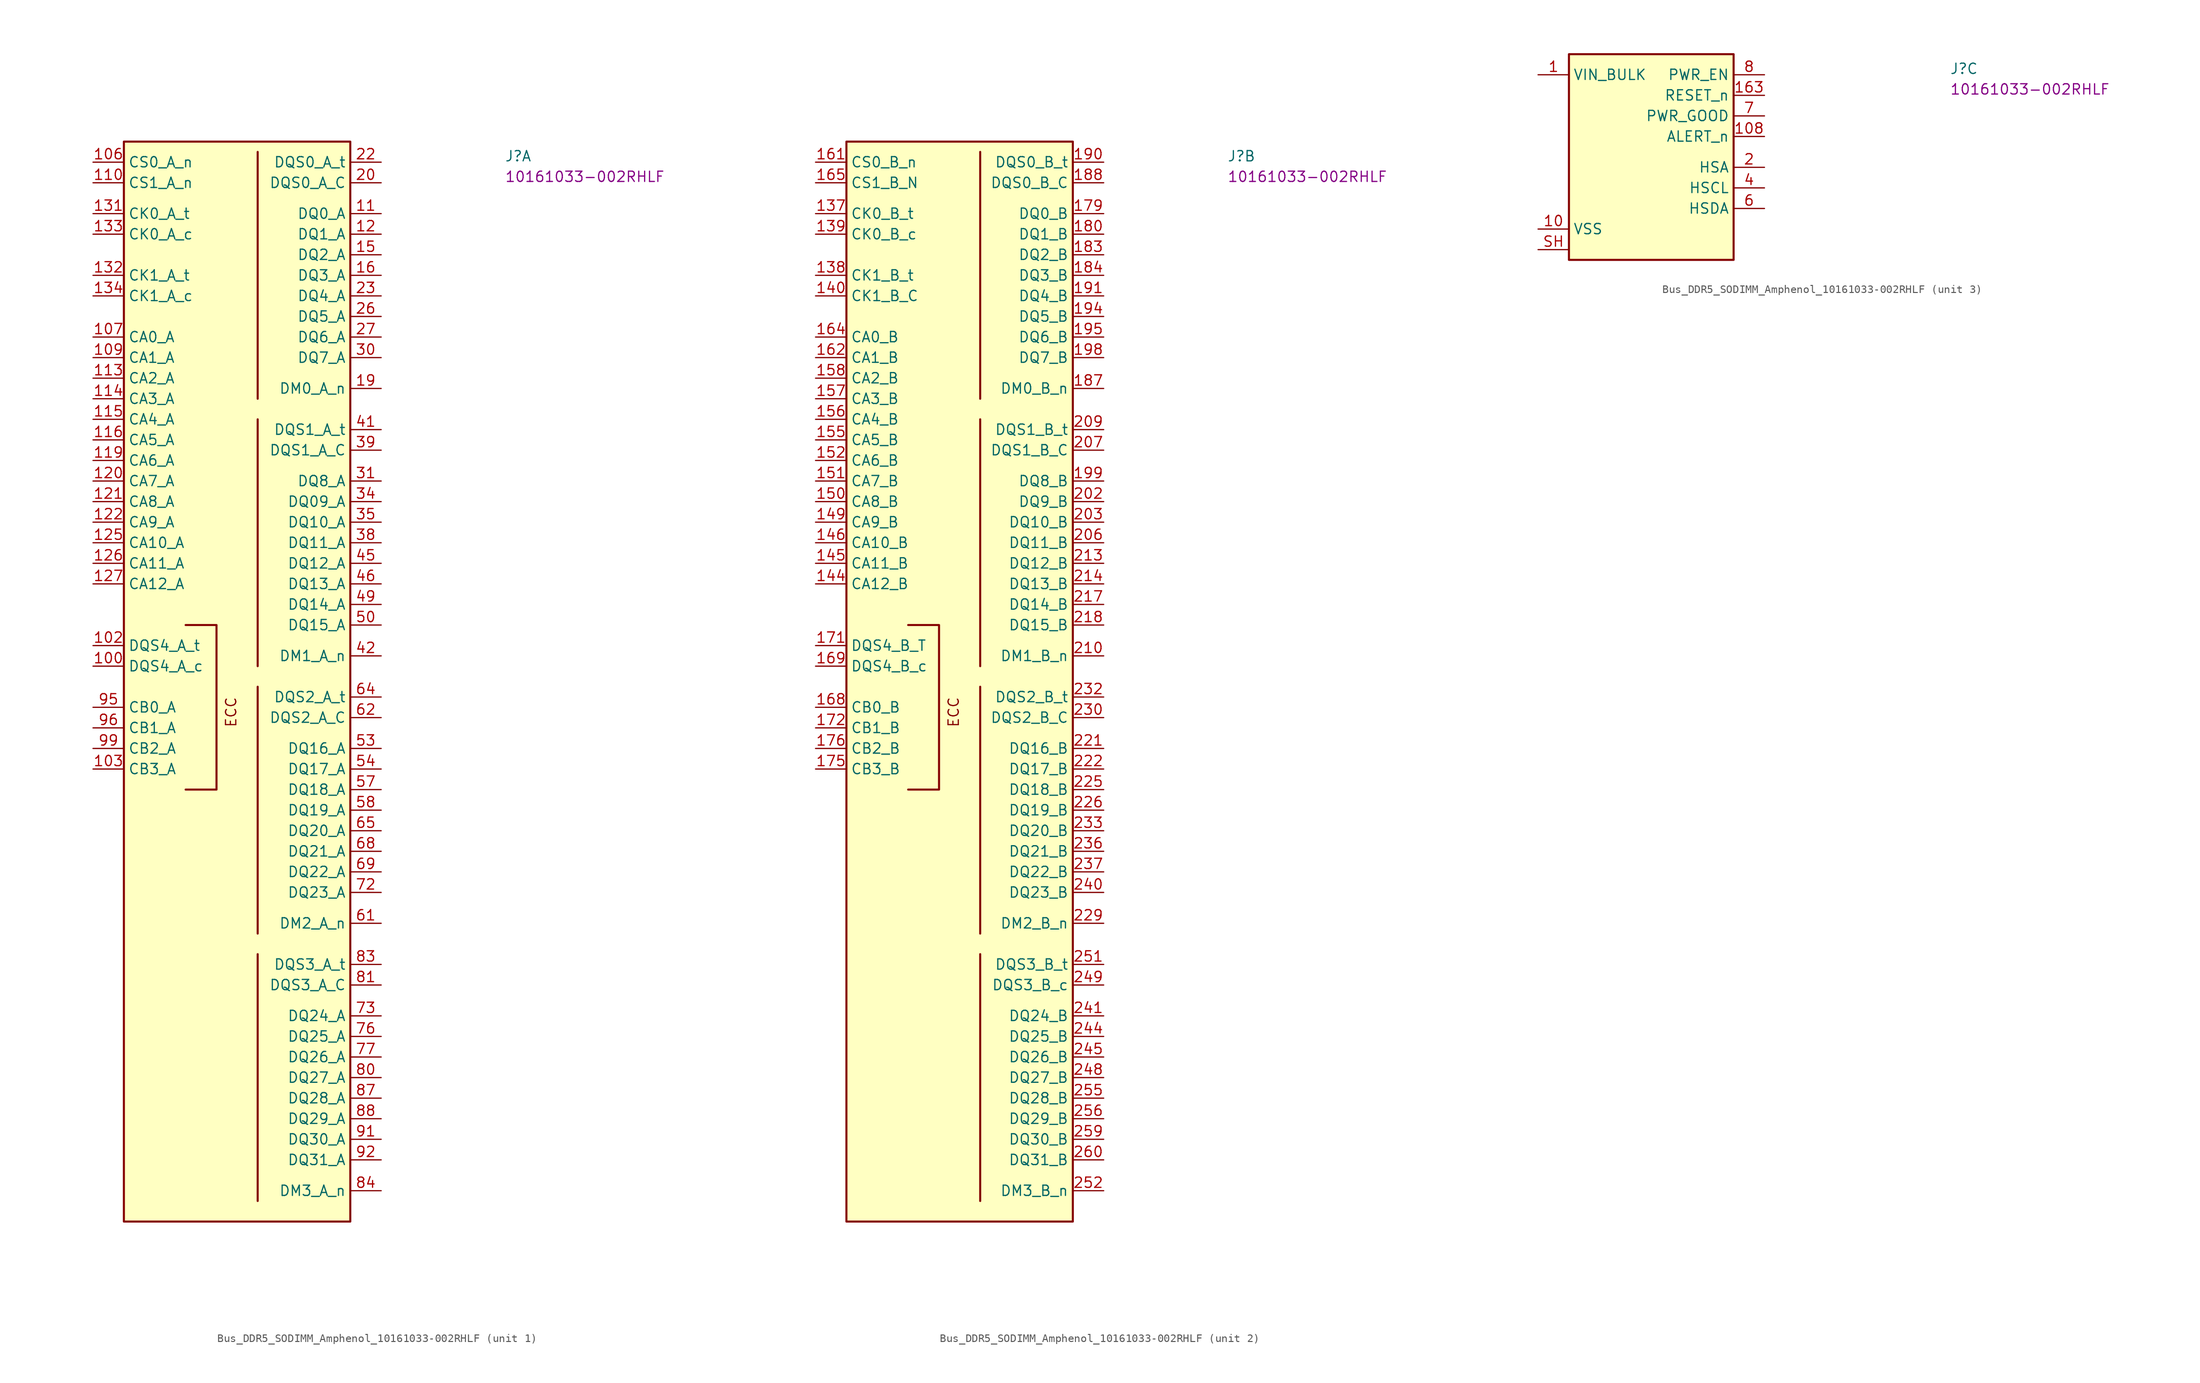
<source format=kicad_sym>
(kicad_symbol_lib
  (version 20220914)
  (generator kicad_symbol_editor)
  (symbol "Bus_DDR5_SODIMM_Amphenol_10161033-002RHLF"
    (property "Reference" "J"
      (at 50.8 0 0)
      (effects (font (size 1.27 1.27) (thickness 0.15)) (justify left bottom)))
    (property "MPN" "10161033-002RHLF"
      (at 50.8 -2.54 0)
      (effects (font (size 1.27 1.27) (thickness 0.15)) (justify left bottom)))
    (property "ki_locked" ""
      (at 0 0 0)
      (effects (font (size 1.27 1.27))))
    (symbol "Bus_DDR5_SODIMM_Amphenol_10161033-002RHLF_1_1"
      (polyline (pts (xy 20.32 -97.79) (xy 20.32 -128.27)) (stroke (width 0.254) (type default)) (fill (type background)))
      (polyline (pts (xy 20.32 -64.77) (xy 20.32 -95.25)) (stroke (width 0.254) (type default)) (fill (type background)))
      (polyline (pts (xy 20.32 -31.75) (xy 20.32 -62.23)) (stroke (width 0.254) (type default)) (fill (type background)))
      (polyline (pts (xy 20.32 1.27) (xy 20.32 -29.21)) (stroke (width 0.254) (type default)) (fill (type background)))
      (polyline (pts (xy 11.43 -57.15) (xy 15.24 -57.15) (xy 15.24 -77.47) (xy 11.43 -77.47)) (stroke (width 0.254) (type default)) (fill (type background)))
      (rectangle (start 3.81 2.54) (end 31.75 -130.81) (stroke (width 0.254) (type default)) (fill (type background)))
      (text "ECC" (at 17.78 -69.85 900) (effects (font (size 1.27 1.27) (thickness 0.15)) (justify left bottom)))
      (pin passive line (at 0 -62.23 0) (length 3.81) (name "DQS4_A_c" (effects (font (size 1.27 1.27)))) (number "100" (effects (font (size 1.27 1.27)))))
      (pin passive line (at 0 -59.69 0) (length 3.81) (name "DQS4_A_t" (effects (font (size 1.27 1.27)))) (number "102" (effects (font (size 1.27 1.27)))))
      (pin passive line (at 0 -74.93 0) (length 3.81) (name "CB3_A" (effects (font (size 1.27 1.27)))) (number "103" (effects (font (size 1.27 1.27)))))
      (pin passive line (at 0 0 0) (length 3.81) (name "CS0_A_n" (effects (font (size 1.27 1.27)))) (number "106" (effects (font (size 1.27 1.27)))))
      (pin passive line (at 0 -21.59 0) (length 3.81) (name "CA0_A" (effects (font (size 1.27 1.27)))) (number "107" (effects (font (size 1.27 1.27)))))
      (pin passive line (at 0 -24.13 0) (length 3.81) (name "CA1_A" (effects (font (size 1.27 1.27)))) (number "109" (effects (font (size 1.27 1.27)))))
      (pin passive line (at 35.56 -6.35 180) (length 3.81) (name "DQ0_A" (effects (font (size 1.27 1.27)))) (number "11" (effects (font (size 1.27 1.27)))))
      (pin passive line (at 0 -2.54 0) (length 3.81) (name "CS1_A_n" (effects (font (size 1.27 1.27)))) (number "110" (effects (font (size 1.27 1.27)))))
      (pin passive line (at 0 -26.67 0) (length 3.81) (name "CA2_A" (effects (font (size 1.27 1.27)))) (number "113" (effects (font (size 1.27 1.27)))))
      (pin passive line (at 0 -29.21 0) (length 3.81) (name "CA3_A" (effects (font (size 1.27 1.27)))) (number "114" (effects (font (size 1.27 1.27)))))
      (pin passive line (at 0 -31.75 0) (length 3.81) (name "CA4_A" (effects (font (size 1.27 1.27)))) (number "115" (effects (font (size 1.27 1.27)))))
      (pin passive line (at 0 -34.29 0) (length 3.81) (name "CA5_A" (effects (font (size 1.27 1.27)))) (number "116" (effects (font (size 1.27 1.27)))))
      (pin passive line (at 0 -36.83 0) (length 3.81) (name "CA6_A" (effects (font (size 1.27 1.27)))) (number "119" (effects (font (size 1.27 1.27)))))
      (pin passive line (at 35.56 -8.89 180) (length 3.81) (name "DQ1_A" (effects (font (size 1.27 1.27)))) (number "12" (effects (font (size 1.27 1.27)))))
      (pin passive line (at 0 -39.37 0) (length 3.81) (name "CA7_A" (effects (font (size 1.27 1.27)))) (number "120" (effects (font (size 1.27 1.27)))))
      (pin passive line (at 0 -41.91 0) (length 3.81) (name "CA8_A" (effects (font (size 1.27 1.27)))) (number "121" (effects (font (size 1.27 1.27)))))
      (pin passive line (at 0 -44.45 0) (length 3.81) (name "CA9_A" (effects (font (size 1.27 1.27)))) (number "122" (effects (font (size 1.27 1.27)))))
      (pin passive line (at 0 -46.99 0) (length 3.81) (name "CA10_A" (effects (font (size 1.27 1.27)))) (number "125" (effects (font (size 1.27 1.27)))))
      (pin passive line (at 0 -49.53 0) (length 3.81) (name "CA11_A" (effects (font (size 1.27 1.27)))) (number "126" (effects (font (size 1.27 1.27)))))
      (pin passive line (at 0 -52.07 0) (length 3.81) (name "CA12_A" (effects (font (size 1.27 1.27)))) (number "127" (effects (font (size 1.27 1.27)))))
      (pin passive line (at 0 -6.35 0) (length 3.81) (name "CK0_A_t" (effects (font (size 1.27 1.27)))) (number "131" (effects (font (size 1.27 1.27)))))
      (pin passive line (at 0 -13.97 0) (length 3.81) (name "CK1_A_t" (effects (font (size 1.27 1.27)))) (number "132" (effects (font (size 1.27 1.27)))))
      (pin passive line (at 0 -8.89 0) (length 3.81) (name "CK0_A_c" (effects (font (size 1.27 1.27)))) (number "133" (effects (font (size 1.27 1.27)))))
      (pin passive line (at 0 -16.51 0) (length 3.81) (name "CK1_A_c" (effects (font (size 1.27 1.27)))) (number "134" (effects (font (size 1.27 1.27)))))
      (pin passive line (at 35.56 -11.43 180) (length 3.81) (name "DQ2_A" (effects (font (size 1.27 1.27)))) (number "15" (effects (font (size 1.27 1.27)))))
      (pin passive line (at 35.56 -13.97 180) (length 3.81) (name "DQ3_A" (effects (font (size 1.27 1.27)))) (number "16" (effects (font (size 1.27 1.27)))))
      (pin passive line (at 35.56 -27.94 180) (length 3.81) (name "DM0_A_n" (effects (font (size 1.27 1.27)))) (number "19" (effects (font (size 1.27 1.27)))))
      (pin passive line (at 35.56 -2.54 180) (length 3.81) (name "DQS0_A_C" (effects (font (size 1.27 1.27)))) (number "20" (effects (font (size 1.27 1.27)))))
      (pin passive line (at 35.56 0 180) (length 3.81) (name "DQS0_A_t" (effects (font (size 1.27 1.27)))) (number "22" (effects (font (size 1.27 1.27)))))
      (pin passive line (at 35.56 -16.51 180) (length 3.81) (name "DQ4_A" (effects (font (size 1.27 1.27)))) (number "23" (effects (font (size 1.27 1.27)))))
      (pin passive line (at 35.56 -19.05 180) (length 3.81) (name "DQ5_A" (effects (font (size 1.27 1.27)))) (number "26" (effects (font (size 1.27 1.27)))))
      (pin passive line (at 35.56 -21.59 180) (length 3.81) (name "DQ6_A" (effects (font (size 1.27 1.27)))) (number "27" (effects (font (size 1.27 1.27)))))
      (pin passive line (at 35.56 -24.13 180) (length 3.81) (name "DQ7_A" (effects (font (size 1.27 1.27)))) (number "30" (effects (font (size 1.27 1.27)))))
      (pin passive line (at 35.56 -39.37 180) (length 3.81) (name "DQ8_A" (effects (font (size 1.27 1.27)))) (number "31" (effects (font (size 1.27 1.27)))))
      (pin passive line (at 35.56 -41.91 180) (length 3.81) (name "DQ09_A" (effects (font (size 1.27 1.27)))) (number "34" (effects (font (size 1.27 1.27)))))
      (pin passive line (at 35.56 -44.45 180) (length 3.81) (name "DQ10_A" (effects (font (size 1.27 1.27)))) (number "35" (effects (font (size 1.27 1.27)))))
      (pin passive line (at 35.56 -46.99 180) (length 3.81) (name "DQ11_A" (effects (font (size 1.27 1.27)))) (number "38" (effects (font (size 1.27 1.27)))))
      (pin passive line (at 35.56 -35.56 180) (length 3.81) (name "DQS1_A_C" (effects (font (size 1.27 1.27)))) (number "39" (effects (font (size 1.27 1.27)))))
      (pin passive line (at 35.56 -33.02 180) (length 3.81) (name "DQS1_A_t" (effects (font (size 1.27 1.27)))) (number "41" (effects (font (size 1.27 1.27)))))
      (pin passive line (at 35.56 -60.96 180) (length 3.81) (name "DM1_A_n" (effects (font (size 1.27 1.27)))) (number "42" (effects (font (size 1.27 1.27)))))
      (pin passive line (at 35.56 -49.53 180) (length 3.81) (name "DQ12_A" (effects (font (size 1.27 1.27)))) (number "45" (effects (font (size 1.27 1.27)))))
      (pin passive line (at 35.56 -52.07 180) (length 3.81) (name "DQ13_A" (effects (font (size 1.27 1.27)))) (number "46" (effects (font (size 1.27 1.27)))))
      (pin passive line (at 35.56 -54.61 180) (length 3.81) (name "DQ14_A" (effects (font (size 1.27 1.27)))) (number "49" (effects (font (size 1.27 1.27)))))
      (pin passive line (at 35.56 -57.15 180) (length 3.81) (name "DQ15_A" (effects (font (size 1.27 1.27)))) (number "50" (effects (font (size 1.27 1.27)))))
      (pin passive line (at 35.56 -72.39 180) (length 3.81) (name "DQ16_A" (effects (font (size 1.27 1.27)))) (number "53" (effects (font (size 1.27 1.27)))))
      (pin passive line (at 35.56 -74.93 180) (length 3.81) (name "DQ17_A" (effects (font (size 1.27 1.27)))) (number "54" (effects (font (size 1.27 1.27)))))
      (pin passive line (at 35.56 -77.47 180) (length 3.81) (name "DQ18_A" (effects (font (size 1.27 1.27)))) (number "57" (effects (font (size 1.27 1.27)))))
      (pin passive line (at 35.56 -80.01 180) (length 3.81) (name "DQ19_A" (effects (font (size 1.27 1.27)))) (number "58" (effects (font (size 1.27 1.27)))))
      (pin passive line (at 35.56 -93.98 180) (length 3.81) (name "DM2_A_n" (effects (font (size 1.27 1.27)))) (number "61" (effects (font (size 1.27 1.27)))))
      (pin passive line (at 35.56 -68.58 180) (length 3.81) (name "DQS2_A_C" (effects (font (size 1.27 1.27)))) (number "62" (effects (font (size 1.27 1.27)))))
      (pin passive line (at 35.56 -66.04 180) (length 3.81) (name "DQS2_A_t" (effects (font (size 1.27 1.27)))) (number "64" (effects (font (size 1.27 1.27)))))
      (pin passive line (at 35.56 -82.55 180) (length 3.81) (name "DQ20_A" (effects (font (size 1.27 1.27)))) (number "65" (effects (font (size 1.27 1.27)))))
      (pin passive line (at 35.56 -85.09 180) (length 3.81) (name "DQ21_A" (effects (font (size 1.27 1.27)))) (number "68" (effects (font (size 1.27 1.27)))))
      (pin passive line (at 35.56 -87.63 180) (length 3.81) (name "DQ22_A" (effects (font (size 1.27 1.27)))) (number "69" (effects (font (size 1.27 1.27)))))
      (pin passive line (at 35.56 -90.17 180) (length 3.81) (name "DQ23_A" (effects (font (size 1.27 1.27)))) (number "72" (effects (font (size 1.27 1.27)))))
      (pin passive line (at 35.56 -105.41 180) (length 3.81) (name "DQ24_A" (effects (font (size 1.27 1.27)))) (number "73" (effects (font (size 1.27 1.27)))))
      (pin passive line (at 35.56 -107.95 180) (length 3.81) (name "DQ25_A" (effects (font (size 1.27 1.27)))) (number "76" (effects (font (size 1.27 1.27)))))
      (pin passive line (at 35.56 -110.49 180) (length 3.81) (name "DQ26_A" (effects (font (size 1.27 1.27)))) (number "77" (effects (font (size 1.27 1.27)))))
      (pin passive line (at 35.56 -113.03 180) (length 3.81) (name "DQ27_A" (effects (font (size 1.27 1.27)))) (number "80" (effects (font (size 1.27 1.27)))))
      (pin passive line (at 35.56 -101.6 180) (length 3.81) (name "DQS3_A_C" (effects (font (size 1.27 1.27)))) (number "81" (effects (font (size 1.27 1.27)))))
      (pin passive line (at 35.56 -99.06 180) (length 3.81) (name "DQS3_A_t" (effects (font (size 1.27 1.27)))) (number "83" (effects (font (size 1.27 1.27)))))
      (pin passive line (at 35.56 -127 180) (length 3.81) (name "DM3_A_n" (effects (font (size 1.27 1.27)))) (number "84" (effects (font (size 1.27 1.27)))))
      (pin passive line (at 35.56 -115.57 180) (length 3.81) (name "DQ28_A" (effects (font (size 1.27 1.27)))) (number "87" (effects (font (size 1.27 1.27)))))
      (pin passive line (at 35.56 -118.11 180) (length 3.81) (name "DQ29_A" (effects (font (size 1.27 1.27)))) (number "88" (effects (font (size 1.27 1.27)))))
      (pin passive line (at 35.56 -120.65 180) (length 3.81) (name "DQ30_A" (effects (font (size 1.27 1.27)))) (number "91" (effects (font (size 1.27 1.27)))))
      (pin passive line (at 35.56 -123.19 180) (length 3.81) (name "DQ31_A" (effects (font (size 1.27 1.27)))) (number "92" (effects (font (size 1.27 1.27)))))
      (pin passive line (at 0 -67.31 0) (length 3.81) (name "CB0_A" (effects (font (size 1.27 1.27)))) (number "95" (effects (font (size 1.27 1.27)))))
      (pin passive line (at 0 -69.85 0) (length 3.81) (name "CB1_A" (effects (font (size 1.27 1.27)))) (number "96" (effects (font (size 1.27 1.27)))))
      (pin passive line (at 0 -72.39 0) (length 3.81) (name "CB2_A" (effects (font (size 1.27 1.27)))) (number "99" (effects (font (size 1.27 1.27))))))
    (symbol "Bus_DDR5_SODIMM_Amphenol_10161033-002RHLF_2_1"
      (polyline (pts (xy 20.32 -97.79) (xy 20.32 -128.27)) (stroke (width 0.254) (type default)) (fill (type background)))
      (polyline (pts (xy 20.32 -64.77) (xy 20.32 -95.25)) (stroke (width 0.254) (type default)) (fill (type background)))
      (polyline (pts (xy 20.32 -31.75) (xy 20.32 -62.23)) (stroke (width 0.254) (type default)) (fill (type background)))
      (polyline (pts (xy 20.32 1.27) (xy 20.32 -29.21)) (stroke (width 0.254) (type default)) (fill (type background)))
      (polyline (pts (xy 11.43 -57.15) (xy 15.24 -57.15) (xy 15.24 -77.47) (xy 11.43 -77.47)) (stroke (width 0.254) (type default)) (fill (type background)))
      (rectangle (start 3.81 2.54) (end 31.75 -130.81) (stroke (width 0.254) (type default)) (fill (type background)))
      (text "ECC" (at 17.78 -69.85 900) (effects (font (size 1.27 1.27) (thickness 0.15)) (justify left bottom)))
      (pin passive line (at 0 -6.35 0) (length 3.81) (name "CK0_B_t" (effects (font (size 1.27 1.27)))) (number "137" (effects (font (size 1.27 1.27)))))
      (pin passive line (at 0 -13.97 0) (length 3.81) (name "CK1_B_t" (effects (font (size 1.27 1.27)))) (number "138" (effects (font (size 1.27 1.27)))))
      (pin passive line (at 0 -8.89 0) (length 3.81) (name "CK0_B_c" (effects (font (size 1.27 1.27)))) (number "139" (effects (font (size 1.27 1.27)))))
      (pin passive line (at 0 -16.51 0) (length 3.81) (name "CK1_B_C" (effects (font (size 1.27 1.27)))) (number "140" (effects (font (size 1.27 1.27)))))
      (pin passive line (at 0 -52.07 0) (length 3.81) (name "CA12_B" (effects (font (size 1.27 1.27)))) (number "144" (effects (font (size 1.27 1.27)))))
      (pin passive line (at 0 -49.53 0) (length 3.81) (name "CA11_B" (effects (font (size 1.27 1.27)))) (number "145" (effects (font (size 1.27 1.27)))))
      (pin passive line (at 0 -46.99 0) (length 3.81) (name "CA10_B" (effects (font (size 1.27 1.27)))) (number "146" (effects (font (size 1.27 1.27)))))
      (pin passive line (at 0 -44.45 0) (length 3.81) (name "CA9_B" (effects (font (size 1.27 1.27)))) (number "149" (effects (font (size 1.27 1.27)))))
      (pin passive line (at 0 -41.91 0) (length 3.81) (name "CA8_B" (effects (font (size 1.27 1.27)))) (number "150" (effects (font (size 1.27 1.27)))))
      (pin passive line (at 0 -39.37 0) (length 3.81) (name "CA7_B" (effects (font (size 1.27 1.27)))) (number "151" (effects (font (size 1.27 1.27)))))
      (pin passive line (at 0 -36.83 0) (length 3.81) (name "CA6_B" (effects (font (size 1.27 1.27)))) (number "152" (effects (font (size 1.27 1.27)))))
      (pin passive line (at 0 -34.29 0) (length 3.81) (name "CA5_B" (effects (font (size 1.27 1.27)))) (number "155" (effects (font (size 1.27 1.27)))))
      (pin passive line (at 0 -31.75 0) (length 3.81) (name "CA4_B" (effects (font (size 1.27 1.27)))) (number "156" (effects (font (size 1.27 1.27)))))
      (pin passive line (at 0 -29.21 0) (length 3.81) (name "CA3_B" (effects (font (size 1.27 1.27)))) (number "157" (effects (font (size 1.27 1.27)))))
      (pin passive line (at 0 -26.67 0) (length 3.81) (name "CA2_B" (effects (font (size 1.27 1.27)))) (number "158" (effects (font (size 1.27 1.27)))))
      (pin passive line (at 0 0 0) (length 3.81) (name "CS0_B_n" (effects (font (size 1.27 1.27)))) (number "161" (effects (font (size 1.27 1.27)))))
      (pin passive line (at 0 -24.13 0) (length 3.81) (name "CA1_B" (effects (font (size 1.27 1.27)))) (number "162" (effects (font (size 1.27 1.27)))))
      (pin passive line (at 0 -21.59 0) (length 3.81) (name "CA0_B" (effects (font (size 1.27 1.27)))) (number "164" (effects (font (size 1.27 1.27)))))
      (pin passive line (at 0 -2.54 0) (length 3.81) (name "CS1_B_N" (effects (font (size 1.27 1.27)))) (number "165" (effects (font (size 1.27 1.27)))))
      (pin passive line (at 0 -67.31 0) (length 3.81) (name "CB0_B" (effects (font (size 1.27 1.27)))) (number "168" (effects (font (size 1.27 1.27)))))
      (pin passive line (at 0 -62.23 0) (length 3.81) (name "DQS4_B_c" (effects (font (size 1.27 1.27)))) (number "169" (effects (font (size 1.27 1.27)))))
      (pin passive line (at 0 -59.69 0) (length 3.81) (name "DQS4_B_T" (effects (font (size 1.27 1.27)))) (number "171" (effects (font (size 1.27 1.27)))))
      (pin passive line (at 0 -69.85 0) (length 3.81) (name "CB1_B" (effects (font (size 1.27 1.27)))) (number "172" (effects (font (size 1.27 1.27)))))
      (pin passive line (at 0 -74.93 0) (length 3.81) (name "CB3_B" (effects (font (size 1.27 1.27)))) (number "175" (effects (font (size 1.27 1.27)))))
      (pin passive line (at 0 -72.39 0) (length 3.81) (name "CB2_B" (effects (font (size 1.27 1.27)))) (number "176" (effects (font (size 1.27 1.27)))))
      (pin passive line (at 35.56 -6.35 180) (length 3.81) (name "DQ0_B" (effects (font (size 1.27 1.27)))) (number "179" (effects (font (size 1.27 1.27)))))
      (pin passive line (at 35.56 -8.89 180) (length 3.81) (name "DQ1_B" (effects (font (size 1.27 1.27)))) (number "180" (effects (font (size 1.27 1.27)))))
      (pin passive line (at 35.56 -11.43 180) (length 3.81) (name "DQ2_B" (effects (font (size 1.27 1.27)))) (number "183" (effects (font (size 1.27 1.27)))))
      (pin passive line (at 35.56 -13.97 180) (length 3.81) (name "DQ3_B" (effects (font (size 1.27 1.27)))) (number "184" (effects (font (size 1.27 1.27)))))
      (pin passive line (at 35.56 -27.94 180) (length 3.81) (name "DM0_B_n" (effects (font (size 1.27 1.27)))) (number "187" (effects (font (size 1.27 1.27)))))
      (pin passive line (at 35.56 -2.54 180) (length 3.81) (name "DQS0_B_C" (effects (font (size 1.27 1.27)))) (number "188" (effects (font (size 1.27 1.27)))))
      (pin passive line (at 35.56 0 180) (length 3.81) (name "DQS0_B_t" (effects (font (size 1.27 1.27)))) (number "190" (effects (font (size 1.27 1.27)))))
      (pin passive line (at 35.56 -16.51 180) (length 3.81) (name "DQ4_B" (effects (font (size 1.27 1.27)))) (number "191" (effects (font (size 1.27 1.27)))))
      (pin passive line (at 35.56 -19.05 180) (length 3.81) (name "DQ5_B" (effects (font (size 1.27 1.27)))) (number "194" (effects (font (size 1.27 1.27)))))
      (pin passive line (at 35.56 -21.59 180) (length 3.81) (name "DQ6_B" (effects (font (size 1.27 1.27)))) (number "195" (effects (font (size 1.27 1.27)))))
      (pin passive line (at 35.56 -24.13 180) (length 3.81) (name "DQ7_B" (effects (font (size 1.27 1.27)))) (number "198" (effects (font (size 1.27 1.27)))))
      (pin passive line (at 35.56 -39.37 180) (length 3.81) (name "DQ8_B" (effects (font (size 1.27 1.27)))) (number "199" (effects (font (size 1.27 1.27)))))
      (pin passive line (at 35.56 -41.91 180) (length 3.81) (name "DQ9_B" (effects (font (size 1.27 1.27)))) (number "202" (effects (font (size 1.27 1.27)))))
      (pin passive line (at 35.56 -44.45 180) (length 3.81) (name "DQ10_B" (effects (font (size 1.27 1.27)))) (number "203" (effects (font (size 1.27 1.27)))))
      (pin passive line (at 35.56 -46.99 180) (length 3.81) (name "DQ11_B" (effects (font (size 1.27 1.27)))) (number "206" (effects (font (size 1.27 1.27)))))
      (pin passive line (at 35.56 -35.56 180) (length 3.81) (name "DQS1_B_C" (effects (font (size 1.27 1.27)))) (number "207" (effects (font (size 1.27 1.27)))))
      (pin passive line (at 35.56 -33.02 180) (length 3.81) (name "DQS1_B_t" (effects (font (size 1.27 1.27)))) (number "209" (effects (font (size 1.27 1.27)))))
      (pin passive line (at 35.56 -60.96 180) (length 3.81) (name "DM1_B_n" (effects (font (size 1.27 1.27)))) (number "210" (effects (font (size 1.27 1.27)))))
      (pin passive line (at 35.56 -49.53 180) (length 3.81) (name "DQ12_B" (effects (font (size 1.27 1.27)))) (number "213" (effects (font (size 1.27 1.27)))))
      (pin passive line (at 35.56 -52.07 180) (length 3.81) (name "DQ13_B" (effects (font (size 1.27 1.27)))) (number "214" (effects (font (size 1.27 1.27)))))
      (pin passive line (at 35.56 -54.61 180) (length 3.81) (name "DQ14_B" (effects (font (size 1.27 1.27)))) (number "217" (effects (font (size 1.27 1.27)))))
      (pin passive line (at 35.56 -57.15 180) (length 3.81) (name "DQ15_B" (effects (font (size 1.27 1.27)))) (number "218" (effects (font (size 1.27 1.27)))))
      (pin passive line (at 35.56 -72.39 180) (length 3.81) (name "DQ16_B" (effects (font (size 1.27 1.27)))) (number "221" (effects (font (size 1.27 1.27)))))
      (pin passive line (at 35.56 -74.93 180) (length 3.81) (name "DQ17_B" (effects (font (size 1.27 1.27)))) (number "222" (effects (font (size 1.27 1.27)))))
      (pin passive line (at 35.56 -77.47 180) (length 3.81) (name "DQ18_B" (effects (font (size 1.27 1.27)))) (number "225" (effects (font (size 1.27 1.27)))))
      (pin passive line (at 35.56 -80.01 180) (length 3.81) (name "DQ19_B" (effects (font (size 1.27 1.27)))) (number "226" (effects (font (size 1.27 1.27)))))
      (pin passive line (at 35.56 -93.98 180) (length 3.81) (name "DM2_B_n" (effects (font (size 1.27 1.27)))) (number "229" (effects (font (size 1.27 1.27)))))
      (pin passive line (at 35.56 -68.58 180) (length 3.81) (name "DQS2_B_C" (effects (font (size 1.27 1.27)))) (number "230" (effects (font (size 1.27 1.27)))))
      (pin passive line (at 35.56 -66.04 180) (length 3.81) (name "DQS2_B_t" (effects (font (size 1.27 1.27)))) (number "232" (effects (font (size 1.27 1.27)))))
      (pin passive line (at 35.56 -82.55 180) (length 3.81) (name "DQ20_B" (effects (font (size 1.27 1.27)))) (number "233" (effects (font (size 1.27 1.27)))))
      (pin passive line (at 35.56 -85.09 180) (length 3.81) (name "DQ21_B" (effects (font (size 1.27 1.27)))) (number "236" (effects (font (size 1.27 1.27)))))
      (pin passive line (at 35.56 -87.63 180) (length 3.81) (name "DQ22_B" (effects (font (size 1.27 1.27)))) (number "237" (effects (font (size 1.27 1.27)))))
      (pin passive line (at 35.56 -90.17 180) (length 3.81) (name "DQ23_B" (effects (font (size 1.27 1.27)))) (number "240" (effects (font (size 1.27 1.27)))))
      (pin passive line (at 35.56 -105.41 180) (length 3.81) (name "DQ24_B" (effects (font (size 1.27 1.27)))) (number "241" (effects (font (size 1.27 1.27)))))
      (pin passive line (at 35.56 -107.95 180) (length 3.81) (name "DQ25_B" (effects (font (size 1.27 1.27)))) (number "244" (effects (font (size 1.27 1.27)))))
      (pin passive line (at 35.56 -110.49 180) (length 3.81) (name "DQ26_B" (effects (font (size 1.27 1.27)))) (number "245" (effects (font (size 1.27 1.27)))))
      (pin passive line (at 35.56 -113.03 180) (length 3.81) (name "DQ27_B" (effects (font (size 1.27 1.27)))) (number "248" (effects (font (size 1.27 1.27)))))
      (pin passive line (at 35.56 -101.6 180) (length 3.81) (name "DQS3_B_c" (effects (font (size 1.27 1.27)))) (number "249" (effects (font (size 1.27 1.27)))))
      (pin passive line (at 35.56 -99.06 180) (length 3.81) (name "DQS3_B_t" (effects (font (size 1.27 1.27)))) (number "251" (effects (font (size 1.27 1.27)))))
      (pin passive line (at 35.56 -127 180) (length 3.81) (name "DM3_B_n" (effects (font (size 1.27 1.27)))) (number "252" (effects (font (size 1.27 1.27)))))
      (pin passive line (at 35.56 -115.57 180) (length 3.81) (name "DQ28_B" (effects (font (size 1.27 1.27)))) (number "255" (effects (font (size 1.27 1.27)))))
      (pin passive line (at 35.56 -118.11 180) (length 3.81) (name "DQ29_B" (effects (font (size 1.27 1.27)))) (number "256" (effects (font (size 1.27 1.27)))))
      (pin passive line (at 35.56 -120.65 180) (length 3.81) (name "DQ30_B" (effects (font (size 1.27 1.27)))) (number "259" (effects (font (size 1.27 1.27)))))
      (pin passive line (at 35.56 -123.19 180) (length 3.81) (name "DQ31_B" (effects (font (size 1.27 1.27)))) (number "260" (effects (font (size 1.27 1.27))))))
    (symbol "Bus_DDR5_SODIMM_Amphenol_10161033-002RHLF_3_1"
      (rectangle (start 3.81 2.54) (end 24.13 -22.86) (stroke (width 0.254) (type default)) (fill (type background)))
      (pin passive line (at 0 0 0) (length 3.81) (name "VIN_BULK" (effects (font (size 1.27 1.27)))) (number "1" (effects (font (size 1.27 1.27)))))
      (pin passive line (at 0 -19.05 0) (length 3.81) (name "VSS" (effects (font (size 1.27 1.27)))) (number "10" (effects (font (size 1.27 1.27)))))
      (pin passive line (at 0 -19.05 0) (length 3.81) hide (name "VSS" (effects (font (size 1.27 1.27)))) (number "101" (effects (font (size 1.27 1.27)))))
      (pin passive line (at 0 -19.05 0) (length 3.81) hide (name "VSS" (effects (font (size 1.27 1.27)))) (number "104" (effects (font (size 1.27 1.27)))))
      (pin passive line (at 0 -19.05 0) (length 3.81) hide (name "VSS" (effects (font (size 1.27 1.27)))) (number "105" (effects (font (size 1.27 1.27)))))
      (pin passive line (at 27.94 -7.62 180) (length 3.81) (name "ALERT_n" (effects (font (size 1.27 1.27)))) (number "108" (effects (font (size 1.27 1.27)))))
      (pin passive line (at 0 -19.05 0) (length 3.81) hide (name "VSS" (effects (font (size 1.27 1.27)))) (number "111" (effects (font (size 1.27 1.27)))))
      (pin passive line (at 0 -19.05 0) (length 3.81) hide (name "VSS" (effects (font (size 1.27 1.27)))) (number "112" (effects (font (size 1.27 1.27)))))
      (pin passive line (at 0 -19.05 0) (length 3.81) hide (name "VSS" (effects (font (size 1.27 1.27)))) (number "117" (effects (font (size 1.27 1.27)))))
      (pin passive line (at 0 -19.05 0) (length 3.81) hide (name "VSS" (effects (font (size 1.27 1.27)))) (number "118" (effects (font (size 1.27 1.27)))))
      (pin passive line (at 0 -19.05 0) (length 3.81) hide (name "VSS" (effects (font (size 1.27 1.27)))) (number "123" (effects (font (size 1.27 1.27)))))
      (pin passive line (at 0 -19.05 0) (length 3.81) hide (name "VSS" (effects (font (size 1.27 1.27)))) (number "124" (effects (font (size 1.27 1.27)))))
      (pin no_connect line (at 3.81 -6.35 0) (length 3.81) hide (name "RFU" (effects (font (size 1.27 1.27)))) (number "128" (effects (font (size 1.27 1.27)))))
      (pin passive line (at 0 -19.05 0) (length 3.81) hide (name "VSS" (effects (font (size 1.27 1.27)))) (number "129" (effects (font (size 1.27 1.27)))))
      (pin passive line (at 0 -19.05 0) (length 3.81) hide (name "VSS" (effects (font (size 1.27 1.27)))) (number "13" (effects (font (size 1.27 1.27)))))
      (pin passive line (at 0 -19.05 0) (length 3.81) hide (name "VSS" (effects (font (size 1.27 1.27)))) (number "130" (effects (font (size 1.27 1.27)))))
      (pin passive line (at 0 -19.05 0) (length 3.81) hide (name "VSS" (effects (font (size 1.27 1.27)))) (number "135" (effects (font (size 1.27 1.27)))))
      (pin passive line (at 0 -19.05 0) (length 3.81) hide (name "VSS" (effects (font (size 1.27 1.27)))) (number "136" (effects (font (size 1.27 1.27)))))
      (pin passive line (at 0 -19.05 0) (length 3.81) hide (name "VSS" (effects (font (size 1.27 1.27)))) (number "14" (effects (font (size 1.27 1.27)))))
      (pin passive line (at 0 -19.05 0) (length 3.81) hide (name "VSS" (effects (font (size 1.27 1.27)))) (number "141" (effects (font (size 1.27 1.27)))))
      (pin passive line (at 0 -19.05 0) (length 3.81) hide (name "VSS" (effects (font (size 1.27 1.27)))) (number "142" (effects (font (size 1.27 1.27)))))
      (pin no_connect line (at 3.81 -8.89 0) (length 3.81) hide (name "RFU" (effects (font (size 1.27 1.27)))) (number "143" (effects (font (size 1.27 1.27)))))
      (pin passive line (at 0 -19.05 0) (length 3.81) hide (name "VSS" (effects (font (size 1.27 1.27)))) (number "147" (effects (font (size 1.27 1.27)))))
      (pin passive line (at 0 -19.05 0) (length 3.81) hide (name "VSS" (effects (font (size 1.27 1.27)))) (number "148" (effects (font (size 1.27 1.27)))))
      (pin passive line (at 0 -19.05 0) (length 3.81) hide (name "VSS" (effects (font (size 1.27 1.27)))) (number "153" (effects (font (size 1.27 1.27)))))
      (pin passive line (at 0 -19.05 0) (length 3.81) hide (name "VSS" (effects (font (size 1.27 1.27)))) (number "154" (effects (font (size 1.27 1.27)))))
      (pin passive line (at 0 -19.05 0) (length 3.81) hide (name "VSS" (effects (font (size 1.27 1.27)))) (number "159" (effects (font (size 1.27 1.27)))))
      (pin passive line (at 0 -19.05 0) (length 3.81) hide (name "VSS" (effects (font (size 1.27 1.27)))) (number "160" (effects (font (size 1.27 1.27)))))
      (pin passive line (at 27.94 -2.54 180) (length 3.81) (name "RESET_n" (effects (font (size 1.27 1.27)))) (number "163" (effects (font (size 1.27 1.27)))))
      (pin passive line (at 0 -19.05 0) (length 3.81) hide (name "VSS" (effects (font (size 1.27 1.27)))) (number "166" (effects (font (size 1.27 1.27)))))
      (pin passive line (at 0 -19.05 0) (length 3.81) hide (name "VSS" (effects (font (size 1.27 1.27)))) (number "167" (effects (font (size 1.27 1.27)))))
      (pin passive line (at 0 -19.05 0) (length 3.81) hide (name "VSS" (effects (font (size 1.27 1.27)))) (number "17" (effects (font (size 1.27 1.27)))))
      (pin passive line (at 0 -19.05 0) (length 3.81) hide (name "VSS" (effects (font (size 1.27 1.27)))) (number "170" (effects (font (size 1.27 1.27)))))
      (pin passive line (at 0 -19.05 0) (length 3.81) hide (name "VSS" (effects (font (size 1.27 1.27)))) (number "173" (effects (font (size 1.27 1.27)))))
      (pin passive line (at 0 -19.05 0) (length 3.81) hide (name "VSS" (effects (font (size 1.27 1.27)))) (number "174" (effects (font (size 1.27 1.27)))))
      (pin passive line (at 0 -19.05 0) (length 3.81) hide (name "VSS" (effects (font (size 1.27 1.27)))) (number "177" (effects (font (size 1.27 1.27)))))
      (pin passive line (at 0 -19.05 0) (length 3.81) hide (name "VSS" (effects (font (size 1.27 1.27)))) (number "178" (effects (font (size 1.27 1.27)))))
      (pin passive line (at 0 -19.05 0) (length 3.81) hide (name "VSS" (effects (font (size 1.27 1.27)))) (number "18" (effects (font (size 1.27 1.27)))))
      (pin passive line (at 0 -19.05 0) (length 3.81) hide (name "VSS" (effects (font (size 1.27 1.27)))) (number "181" (effects (font (size 1.27 1.27)))))
      (pin passive line (at 0 -19.05 0) (length 3.81) hide (name "VSS" (effects (font (size 1.27 1.27)))) (number "182" (effects (font (size 1.27 1.27)))))
      (pin passive line (at 0 -19.05 0) (length 3.81) hide (name "VSS" (effects (font (size 1.27 1.27)))) (number "185" (effects (font (size 1.27 1.27)))))
      (pin passive line (at 0 -19.05 0) (length 3.81) hide (name "VSS" (effects (font (size 1.27 1.27)))) (number "186" (effects (font (size 1.27 1.27)))))
      (pin passive line (at 0 -19.05 0) (length 3.81) hide (name "VSS" (effects (font (size 1.27 1.27)))) (number "189" (effects (font (size 1.27 1.27)))))
      (pin passive line (at 0 -19.05 0) (length 3.81) hide (name "VSS" (effects (font (size 1.27 1.27)))) (number "192" (effects (font (size 1.27 1.27)))))
      (pin passive line (at 0 -19.05 0) (length 3.81) hide (name "VSS" (effects (font (size 1.27 1.27)))) (number "193" (effects (font (size 1.27 1.27)))))
      (pin passive line (at 0 -19.05 0) (length 3.81) hide (name "VSS" (effects (font (size 1.27 1.27)))) (number "196" (effects (font (size 1.27 1.27)))))
      (pin passive line (at 0 -19.05 0) (length 3.81) hide (name "VSS" (effects (font (size 1.27 1.27)))) (number "197" (effects (font (size 1.27 1.27)))))
      (pin passive line (at 27.94 -11.43 180) (length 3.81) (name "HSA" (effects (font (size 1.27 1.27)))) (number "2" (effects (font (size 1.27 1.27)))))
      (pin passive line (at 0 -19.05 0) (length 3.81) hide (name "VSS" (effects (font (size 1.27 1.27)))) (number "200" (effects (font (size 1.27 1.27)))))
      (pin passive line (at 0 -19.05 0) (length 3.81) hide (name "VSS" (effects (font (size 1.27 1.27)))) (number "201" (effects (font (size 1.27 1.27)))))
      (pin passive line (at 0 -19.05 0) (length 3.81) hide (name "VSS" (effects (font (size 1.27 1.27)))) (number "204" (effects (font (size 1.27 1.27)))))
      (pin passive line (at 0 -19.05 0) (length 3.81) hide (name "VSS" (effects (font (size 1.27 1.27)))) (number "205" (effects (font (size 1.27 1.27)))))
      (pin passive line (at 0 -19.05 0) (length 3.81) hide (name "VSS" (effects (font (size 1.27 1.27)))) (number "208" (effects (font (size 1.27 1.27)))))
      (pin passive line (at 0 -19.05 0) (length 3.81) hide (name "VSS" (effects (font (size 1.27 1.27)))) (number "21" (effects (font (size 1.27 1.27)))))
      (pin passive line (at 0 -19.05 0) (length 3.81) hide (name "VSS" (effects (font (size 1.27 1.27)))) (number "211" (effects (font (size 1.27 1.27)))))
      (pin passive line (at 0 -19.05 0) (length 3.81) hide (name "VSS" (effects (font (size 1.27 1.27)))) (number "212" (effects (font (size 1.27 1.27)))))
      (pin passive line (at 0 -19.05 0) (length 3.81) hide (name "VSS" (effects (font (size 1.27 1.27)))) (number "215" (effects (font (size 1.27 1.27)))))
      (pin passive line (at 0 -19.05 0) (length 3.81) hide (name "VSS" (effects (font (size 1.27 1.27)))) (number "216" (effects (font (size 1.27 1.27)))))
      (pin passive line (at 0 -19.05 0) (length 3.81) hide (name "VSS" (effects (font (size 1.27 1.27)))) (number "219" (effects (font (size 1.27 1.27)))))
      (pin passive line (at 0 -19.05 0) (length 3.81) hide (name "VSS" (effects (font (size 1.27 1.27)))) (number "220" (effects (font (size 1.27 1.27)))))
      (pin passive line (at 0 -19.05 0) (length 3.81) hide (name "VSS" (effects (font (size 1.27 1.27)))) (number "223" (effects (font (size 1.27 1.27)))))
      (pin passive line (at 0 -19.05 0) (length 3.81) hide (name "VSS" (effects (font (size 1.27 1.27)))) (number "224" (effects (font (size 1.27 1.27)))))
      (pin passive line (at 0 -19.05 0) (length 3.81) hide (name "VSS" (effects (font (size 1.27 1.27)))) (number "227" (effects (font (size 1.27 1.27)))))
      (pin passive line (at 0 -19.05 0) (length 3.81) hide (name "VSS" (effects (font (size 1.27 1.27)))) (number "228" (effects (font (size 1.27 1.27)))))
      (pin passive line (at 0 -19.05 0) (length 3.81) hide (name "VSS" (effects (font (size 1.27 1.27)))) (number "231" (effects (font (size 1.27 1.27)))))
      (pin passive line (at 0 -19.05 0) (length 3.81) hide (name "VSS" (effects (font (size 1.27 1.27)))) (number "234" (effects (font (size 1.27 1.27)))))
      (pin passive line (at 0 -19.05 0) (length 3.81) hide (name "VSS" (effects (font (size 1.27 1.27)))) (number "235" (effects (font (size 1.27 1.27)))))
      (pin passive line (at 0 -19.05 0) (length 3.81) hide (name "VSS" (effects (font (size 1.27 1.27)))) (number "238" (effects (font (size 1.27 1.27)))))
      (pin passive line (at 0 -19.05 0) (length 3.81) hide (name "VSS" (effects (font (size 1.27 1.27)))) (number "239" (effects (font (size 1.27 1.27)))))
      (pin passive line (at 0 -19.05 0) (length 3.81) hide (name "VSS" (effects (font (size 1.27 1.27)))) (number "24" (effects (font (size 1.27 1.27)))))
      (pin passive line (at 0 -19.05 0) (length 3.81) hide (name "VSS" (effects (font (size 1.27 1.27)))) (number "242" (effects (font (size 1.27 1.27)))))
      (pin passive line (at 0 -19.05 0) (length 3.81) hide (name "VSS" (effects (font (size 1.27 1.27)))) (number "243" (effects (font (size 1.27 1.27)))))
      (pin passive line (at 0 -19.05 0) (length 3.81) hide (name "VSS" (effects (font (size 1.27 1.27)))) (number "246" (effects (font (size 1.27 1.27)))))
      (pin passive line (at 0 -19.05 0) (length 3.81) hide (name "VSS" (effects (font (size 1.27 1.27)))) (number "247" (effects (font (size 1.27 1.27)))))
      (pin passive line (at 0 -19.05 0) (length 3.81) hide (name "VSS" (effects (font (size 1.27 1.27)))) (number "25" (effects (font (size 1.27 1.27)))))
      (pin passive line (at 0 -19.05 0) (length 3.81) hide (name "VSS" (effects (font (size 1.27 1.27)))) (number "250" (effects (font (size 1.27 1.27)))))
      (pin passive line (at 0 -19.05 0) (length 3.81) hide (name "VSS" (effects (font (size 1.27 1.27)))) (number "253" (effects (font (size 1.27 1.27)))))
      (pin passive line (at 0 -19.05 0) (length 3.81) hide (name "VSS" (effects (font (size 1.27 1.27)))) (number "254" (effects (font (size 1.27 1.27)))))
      (pin passive line (at 0 -19.05 0) (length 3.81) hide (name "VSS" (effects (font (size 1.27 1.27)))) (number "257" (effects (font (size 1.27 1.27)))))
      (pin passive line (at 0 -19.05 0) (length 3.81) hide (name "VSS" (effects (font (size 1.27 1.27)))) (number "258" (effects (font (size 1.27 1.27)))))
      (pin passive line (at 0 -19.05 0) (length 3.81) hide (name "VSS" (effects (font (size 1.27 1.27)))) (number "261" (effects (font (size 1.27 1.27)))))
      (pin passive line (at 0 -19.05 0) (length 3.81) hide (name "VSS" (effects (font (size 1.27 1.27)))) (number "262" (effects (font (size 1.27 1.27)))))
      (pin passive line (at 0 -19.05 0) (length 3.81) hide (name "VSS" (effects (font (size 1.27 1.27)))) (number "28" (effects (font (size 1.27 1.27)))))
      (pin passive line (at 0 -19.05 0) (length 3.81) hide (name "VSS" (effects (font (size 1.27 1.27)))) (number "29" (effects (font (size 1.27 1.27)))))
      (pin passive line (at 0 0 0) (length 3.81) hide (name "VIN_BULK" (effects (font (size 1.27 1.27)))) (number "3" (effects (font (size 1.27 1.27)))))
      (pin passive line (at 0 -19.05 0) (length 3.81) hide (name "VSS" (effects (font (size 1.27 1.27)))) (number "32" (effects (font (size 1.27 1.27)))))
      (pin passive line (at 0 -19.05 0) (length 3.81) hide (name "VSS" (effects (font (size 1.27 1.27)))) (number "33" (effects (font (size 1.27 1.27)))))
      (pin passive line (at 0 -19.05 0) (length 3.81) hide (name "VSS" (effects (font (size 1.27 1.27)))) (number "36" (effects (font (size 1.27 1.27)))))
      (pin passive line (at 0 -19.05 0) (length 3.81) hide (name "VSS" (effects (font (size 1.27 1.27)))) (number "37" (effects (font (size 1.27 1.27)))))
      (pin passive line (at 27.94 -13.97 180) (length 3.81) (name "HSCL" (effects (font (size 1.27 1.27)))) (number "4" (effects (font (size 1.27 1.27)))))
      (pin passive line (at 0 -19.05 0) (length 3.81) hide (name "VSS" (effects (font (size 1.27 1.27)))) (number "40" (effects (font (size 1.27 1.27)))))
      (pin passive line (at 0 -19.05 0) (length 3.81) hide (name "VSS" (effects (font (size 1.27 1.27)))) (number "43" (effects (font (size 1.27 1.27)))))
      (pin passive line (at 0 -19.05 0) (length 3.81) hide (name "VSS" (effects (font (size 1.27 1.27)))) (number "44" (effects (font (size 1.27 1.27)))))
      (pin passive line (at 0 -19.05 0) (length 3.81) hide (name "VSS" (effects (font (size 1.27 1.27)))) (number "47" (effects (font (size 1.27 1.27)))))
      (pin passive line (at 0 -19.05 0) (length 3.81) hide (name "VSS" (effects (font (size 1.27 1.27)))) (number "48" (effects (font (size 1.27 1.27)))))
      (pin no_connect line (at 3.81 -3.81 0) (length 3.81) hide (name "RFU" (effects (font (size 1.27 1.27)))) (number "5" (effects (font (size 1.27 1.27)))))
      (pin passive line (at 0 -19.05 0) (length 3.81) hide (name "VSS" (effects (font (size 1.27 1.27)))) (number "51" (effects (font (size 1.27 1.27)))))
      (pin passive line (at 0 -19.05 0) (length 3.81) hide (name "VSS" (effects (font (size 1.27 1.27)))) (number "52" (effects (font (size 1.27 1.27)))))
      (pin passive line (at 0 -19.05 0) (length 3.81) hide (name "VSS" (effects (font (size 1.27 1.27)))) (number "55" (effects (font (size 1.27 1.27)))))
      (pin passive line (at 0 -19.05 0) (length 3.81) hide (name "VSS" (effects (font (size 1.27 1.27)))) (number "56" (effects (font (size 1.27 1.27)))))
      (pin passive line (at 0 -19.05 0) (length 3.81) hide (name "VSS" (effects (font (size 1.27 1.27)))) (number "59" (effects (font (size 1.27 1.27)))))
      (pin passive line (at 27.94 -16.51 180) (length 3.81) (name "HSDA" (effects (font (size 1.27 1.27)))) (number "6" (effects (font (size 1.27 1.27)))))
      (pin passive line (at 0 -19.05 0) (length 3.81) hide (name "VSS" (effects (font (size 1.27 1.27)))) (number "60" (effects (font (size 1.27 1.27)))))
      (pin passive line (at 0 -19.05 0) (length 3.81) hide (name "VSS" (effects (font (size 1.27 1.27)))) (number "63" (effects (font (size 1.27 1.27)))))
      (pin passive line (at 0 -19.05 0) (length 3.81) hide (name "VSS" (effects (font (size 1.27 1.27)))) (number "66" (effects (font (size 1.27 1.27)))))
      (pin passive line (at 0 -19.05 0) (length 3.81) hide (name "VSS" (effects (font (size 1.27 1.27)))) (number "67" (effects (font (size 1.27 1.27)))))
      (pin passive line (at 27.94 -5.08 180) (length 3.81) (name "PWR_GOOD" (effects (font (size 1.27 1.27)))) (number "7" (effects (font (size 1.27 1.27)))))
      (pin passive line (at 0 -19.05 0) (length 3.81) hide (name "VSS" (effects (font (size 1.27 1.27)))) (number "70" (effects (font (size 1.27 1.27)))))
      (pin passive line (at 0 -19.05 0) (length 3.81) hide (name "VSS" (effects (font (size 1.27 1.27)))) (number "71" (effects (font (size 1.27 1.27)))))
      (pin passive line (at 0 -19.05 0) (length 3.81) hide (name "VSS" (effects (font (size 1.27 1.27)))) (number "74" (effects (font (size 1.27 1.27)))))
      (pin passive line (at 0 -19.05 0) (length 3.81) hide (name "VSS" (effects (font (size 1.27 1.27)))) (number "75" (effects (font (size 1.27 1.27)))))
      (pin passive line (at 0 -19.05 0) (length 3.81) hide (name "VSS" (effects (font (size 1.27 1.27)))) (number "78" (effects (font (size 1.27 1.27)))))
      (pin passive line (at 0 -19.05 0) (length 3.81) hide (name "VSS" (effects (font (size 1.27 1.27)))) (number "79" (effects (font (size 1.27 1.27)))))
      (pin passive line (at 27.94 0 180) (length 3.81) (name "PWR_EN" (effects (font (size 1.27 1.27)))) (number "8" (effects (font (size 1.27 1.27)))))
      (pin passive line (at 0 -19.05 0) (length 3.81) hide (name "VSS" (effects (font (size 1.27 1.27)))) (number "82" (effects (font (size 1.27 1.27)))))
      (pin passive line (at 0 -19.05 0) (length 3.81) hide (name "VSS" (effects (font (size 1.27 1.27)))) (number "85" (effects (font (size 1.27 1.27)))))
      (pin passive line (at 0 -19.05 0) (length 3.81) hide (name "VSS" (effects (font (size 1.27 1.27)))) (number "86" (effects (font (size 1.27 1.27)))))
      (pin passive line (at 0 -19.05 0) (length 3.81) hide (name "VSS" (effects (font (size 1.27 1.27)))) (number "89" (effects (font (size 1.27 1.27)))))
      (pin passive line (at 0 -19.05 0) (length 3.81) hide (name "VSS" (effects (font (size 1.27 1.27)))) (number "9" (effects (font (size 1.27 1.27)))))
      (pin passive line (at 0 -19.05 0) (length 3.81) hide (name "VSS" (effects (font (size 1.27 1.27)))) (number "90" (effects (font (size 1.27 1.27)))))
      (pin passive line (at 0 -19.05 0) (length 3.81) hide (name "VSS" (effects (font (size 1.27 1.27)))) (number "93" (effects (font (size 1.27 1.27)))))
      (pin passive line (at 0 -19.05 0) (length 3.81) hide (name "VSS" (effects (font (size 1.27 1.27)))) (number "94" (effects (font (size 1.27 1.27)))))
      (pin passive line (at 0 -19.05 0) (length 3.81) hide (name "VSS" (effects (font (size 1.27 1.27)))) (number "97" (effects (font (size 1.27 1.27)))))
      (pin passive line (at 0 -19.05 0) (length 3.81) hide (name "VSS" (effects (font (size 1.27 1.27)))) (number "98" (effects (font (size 1.27 1.27)))))
      (pin passive line (at 0 -21.59 0) (length 3.81) (name "~" (effects (font (size 1.27 1.27)))) (number "SH" (effects (font (size 1.27 1.27))))))))
</source>
